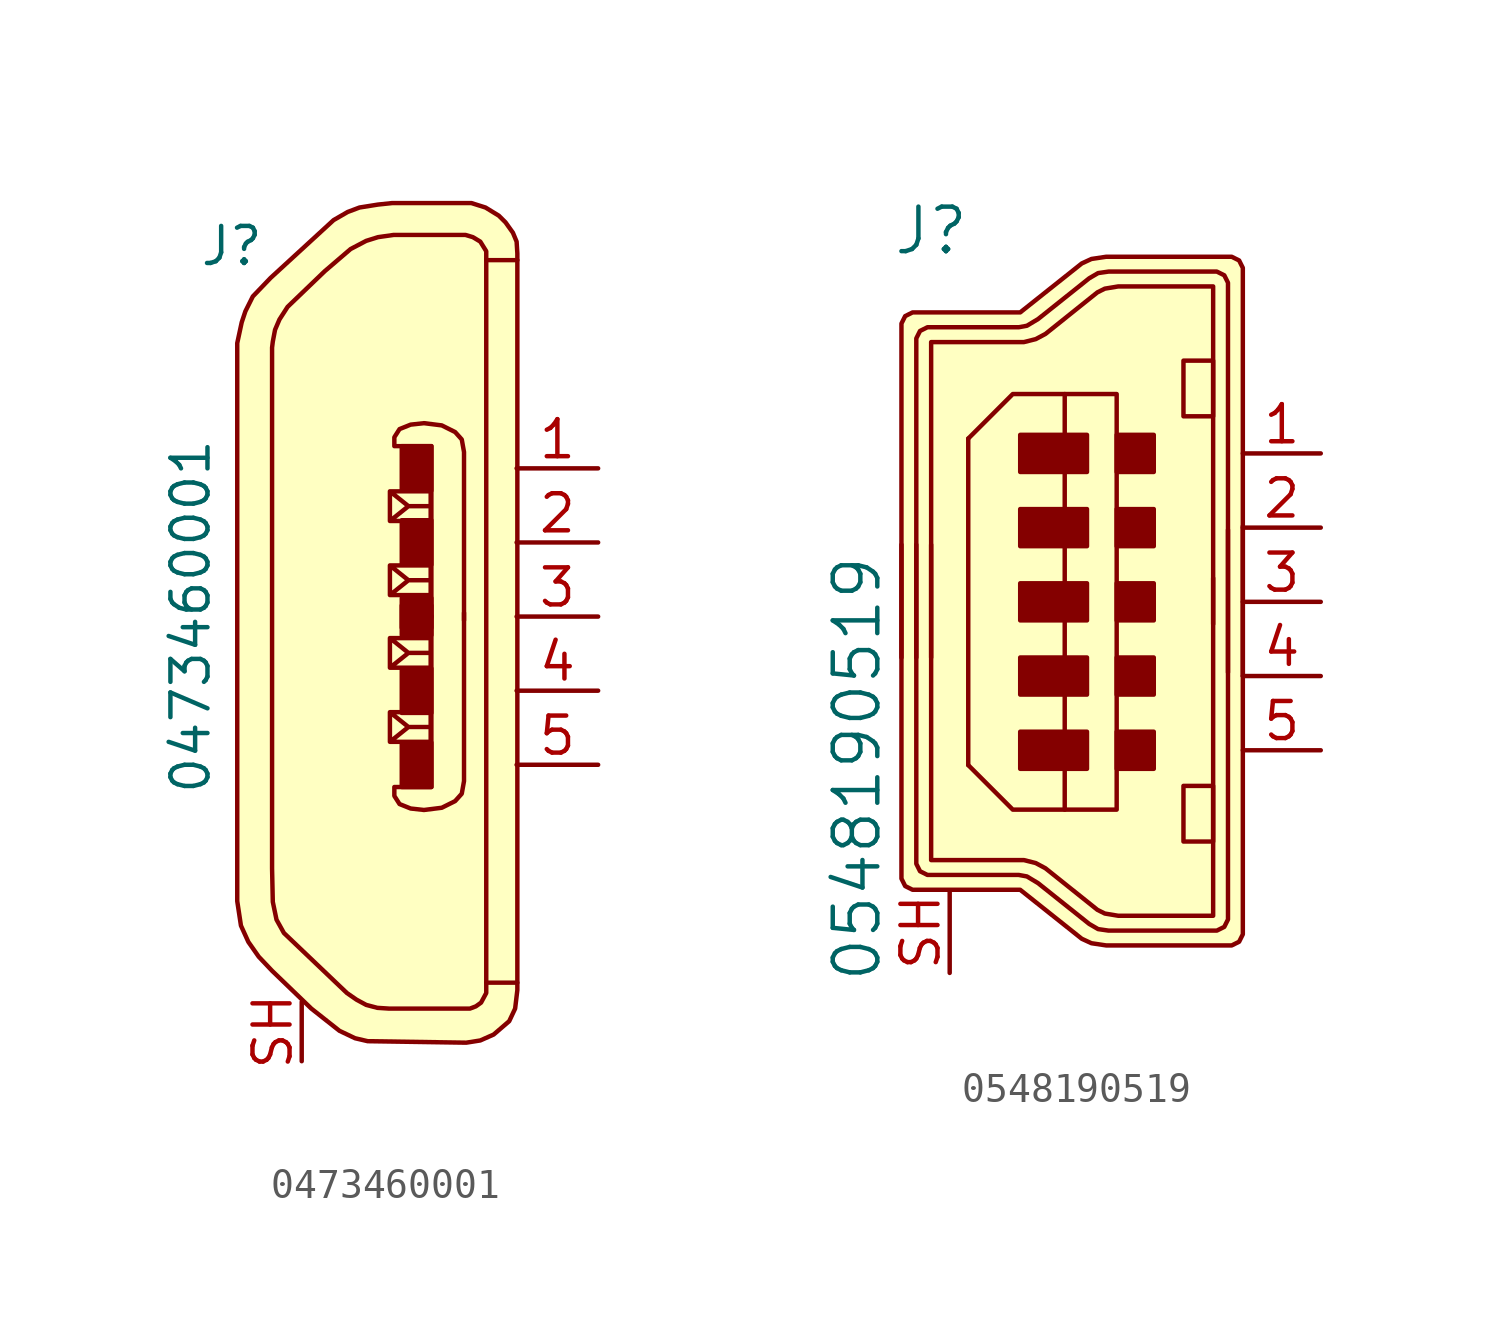
<source format=kicad_sym>
(kicad_symbol_lib
  (version 20231120)
  (generator "kicad_symbol_editor")
  (generator_version "8.0")
  (symbol "0473460001"
    (pin_names
      (offset 1.016))
    (property "Reference" "J"
      (at -3.81 12.7 0)
      (effects (font (size 1.27 1.27)) (justify right)))
    (property "Value" "0473460001"
      (at -6.35 0 90)
      (effects (font (size 1.27 1.27))))
    (symbol "0473460001_1_1"
      (polyline (pts (xy 3.785 12.243) (xy 3.785 -12.548)) (stroke (width 0) (type solid)) (fill (type none)))
      (polyline (pts (xy 0.483 -4.293) (xy 0.483 -3.277) (xy 1.88 -3.277) (xy 1.88 -4.293) (xy 0.483 -4.293) (xy 1.118 -3.785) (xy 0.483 -3.277) (xy 1.88 -3.277) (xy 1.88 -3.785) (xy 1.118 -3.785)) (stroke (width 0) (type solid)) (fill (type none)))
      (polyline (pts (xy 0.483 -1.753) (xy 0.483 -0.737) (xy 1.88 -0.737) (xy 1.88 -1.753) (xy 0.483 -1.753) (xy 1.118 -1.245) (xy 0.483 -0.737) (xy 1.88 -0.737) (xy 1.88 -1.245) (xy 1.118 -1.245)) (stroke (width 0) (type solid)) (fill (type none)))
      (polyline (pts (xy 0.483 1.753) (xy 0.483 0.737) (xy 1.88 0.737) (xy 1.88 1.753) (xy 0.483 1.753) (xy 1.118 1.245) (xy 0.483 0.737) (xy 1.88 0.737) (xy 1.88 1.245) (xy 1.118 1.245)) (stroke (width 0) (type solid)) (fill (type none)))
      (polyline (pts (xy 0.483 4.293) (xy 0.483 3.277) (xy 1.88 3.277) (xy 1.88 4.293) (xy 0.483 4.293) (xy 1.118 3.785) (xy 0.483 3.277) (xy 1.88 3.277) (xy 1.88 3.785) (xy 1.118 3.785)) (stroke (width 0) (type solid)) (fill (type none)))
      (polyline (pts (xy 1.905 -0.025) (xy 1.905 5.842) (xy 0.635 5.842) (xy 0.635 6.147) (xy 0.813 6.426) (xy 1.194 6.579) (xy 1.651 6.629) (xy 2.261 6.553) (xy 2.718 6.325) (xy 2.946 6.071) (xy 3.023 5.639) (xy 3.023 4.801) (xy 3.023 -0.127)) (stroke (width 0) (type solid)) (fill (type none)))
      (polyline (pts (xy 1.905 0.025) (xy 1.905 -5.842) (xy 0.635 -5.842) (xy 0.635 -6.147) (xy 0.813 -6.426) (xy 1.194 -6.579) (xy 1.651 -6.629) (xy 2.261 -6.553) (xy 2.718 -6.325) (xy 2.946 -6.071) (xy 3.023 -5.639) (xy 3.023 -4.801) (xy 3.023 0.127)) (stroke (width 0) (type solid)) (fill (type none)))
      (polyline (pts (xy 4.851 -12.548) (xy 3.835 -12.548) (xy 3.785 -12.548) (xy 3.785 -12.903) (xy 3.607 -13.233) (xy 3.429 -13.36) (xy 3.226 -13.437) (xy 0.457 -13.437) (xy 0.051 -13.411) (xy -0.33 -13.31) (xy -0.66 -13.132) (xy -0.991 -12.903) (xy -3.15 -10.846) (xy -3.404 -10.389) (xy -3.531 -9.779) (xy -3.556 -8.636) (xy -3.556 9.22) (xy -3.531 9.423) (xy -3.454 9.83) (xy -3.302 10.185) (xy -3.023 10.617) (xy -1.753 11.836) (xy -0.864 12.598) (xy -0.33 12.878) (xy 0.076 13.005) (xy 0.61 13.081) (xy 3.073 13.081) (xy 3.327 13.005) (xy 3.581 12.852) (xy 3.785 12.522) (xy 3.785 12.217) (xy 4.851 12.217)) (stroke (width 0) (type solid)) (fill (type none)))
      (polyline (pts (xy 4.851 -11.481) (xy 4.851 -12.802) (xy 4.775 -13.437) (xy 4.572 -13.868) (xy 4.039 -14.326) (xy 3.581 -14.529) (xy 3.099 -14.605) (xy -0.279 -14.554) (xy -0.711 -14.453) (xy -1.245 -14.199) (xy -2.21 -13.437) (xy -3.556 -12.141) (xy -4.013 -11.659) (xy -4.369 -11.151) (xy -4.623 -10.592) (xy -4.75 -9.754) (xy -4.75 9.373) (xy -4.597 10.084) (xy -4.47 10.465) (xy -4.216 10.973) (xy -3.607 11.608) (xy -1.448 13.589) (xy -0.965 13.868) (xy -0.559 14.021) (xy 0.076 14.122) (xy 0.559 14.173) (xy 3.277 14.173) (xy 3.759 14.021) (xy 4.216 13.741) (xy 4.445 13.513) (xy 4.699 13.157) (xy 4.826 12.852) (xy 4.851 12.446) (xy 4.851 -11.506)) (stroke (width 0) (type solid)) (fill (type background)))
      (rectangle (start 0.889 -4.318) (end 1.905 -5.842) (stroke (width 0) (type solid)) (fill (type outline)))
      (rectangle (start 0.889 -3.302) (end 1.905 -1.778) (stroke (width 0) (type solid)) (fill (type outline)))
      (rectangle (start 0.889 -0.635) (end 1.905 0.381) (stroke (width 0) (type solid)) (fill (type outline)))
      (rectangle (start 0.889 0.635) (end 1.905 -0.381) (stroke (width 0) (type solid)) (fill (type outline)))
      (rectangle (start 0.889 3.302) (end 1.905 1.778) (stroke (width 0) (type solid)) (fill (type outline)))
      (rectangle (start 0.889 4.318) (end 1.905 5.842) (stroke (width 0) (type solid)) (fill (type outline)))
      (pin passive line (at 7.62 5.08 180) (length 2.794) (name "~" (effects (font (size 1.27 1.27)))) (number "1" (effects (font (size 1.27 1.27)))))
      (pin passive line (at 7.62 2.54 180) (length 2.794) (name "~" (effects (font (size 1.27 1.27)))) (number "2" (effects (font (size 1.27 1.27)))))
      (pin passive line (at 7.62 0 180) (length 2.794) (name "~" (effects (font (size 1.27 1.27)))) (number "3" (effects (font (size 1.27 1.27)))))
      (pin passive line (at 7.62 -2.54 180) (length 2.794) (name "~" (effects (font (size 1.27 1.27)))) (number "4" (effects (font (size 1.27 1.27)))))
      (pin passive line (at 7.62 -5.08 180) (length 2.794) (name "~" (effects (font (size 1.27 1.27)))) (number "5" (effects (font (size 1.27 1.27)))))
      (pin passive line (at -2.54 -15.24 90) (length 2.032) (name "~" (effects (font (size 1.27 1.27)))) (number "SH" (effects (font (size 1.27 1.27)))))))
  (symbol "0548190519"
    (pin_names
      (offset 1.016))
    (property "Reference" "J"
      (at -5.715 12.7 0)
      (effects (font (size 1.524 1.524))))
    (property "Value" "0548190519"
      (at -8.255 -5.715 90)
      (effects (font (size 1.524 1.524))))
    (symbol "0548190519_0_1"
      (rectangle (start -0.381 -5.715) (end -2.667 -4.445) (stroke (width 0) (type solid)) (fill (type outline)))
      (rectangle (start -0.381 -3.175) (end -2.667 -1.905) (stroke (width 0) (type solid)) (fill (type outline)))
      (rectangle (start -0.381 -0.635) (end -2.667 0.635) (stroke (width 0) (type solid)) (fill (type outline)))
      (rectangle (start -0.381 1.905) (end -2.667 3.175) (stroke (width 0) (type solid)) (fill (type outline)))
      (rectangle (start -0.381 4.445) (end -2.667 5.715) (stroke (width 0) (type solid)) (fill (type outline)))
      (polyline (pts (xy -4.445 5.588) (xy -4.445 -5.588)) (stroke (width 0) (type solid)) (fill (type none)))
      (polyline (pts (xy -4.445 -5.588) (xy -2.921 -7.112) (xy -1.143 -7.112)) (stroke (width 0) (type solid)) (fill (type none)))
      (polyline (pts (xy -4.445 5.588) (xy -2.921 7.112) (xy -1.143 7.112)) (stroke (width 0) (type solid)) (fill (type none)))
      (polyline (pts (xy 3.937 -0.762) (xy 3.937 10.795) (xy 0.686 10.795) (xy 0.229 10.719) (xy -0.025 10.592) (xy -1.803 9.169) (xy -2.134 8.992) (xy -2.54 8.89) (xy -5.715 8.89) (xy -5.715 -1.905)) (stroke (width 0) (type solid)) (fill (type none)))
      (polyline (pts (xy 3.937 0.813) (xy 3.937 -10.744) (xy 0.686 -10.744) (xy 0.229 -10.668) (xy -0.025 -10.541) (xy -1.803 -9.119) (xy -2.134 -8.941) (xy -2.54 -8.839) (xy -5.715 -8.839) (xy -5.715 1.956)) (stroke (width 0) (type solid)) (fill (type none)))
      (polyline (pts (xy 4.953 -2.54) (xy 4.953 11.176) (xy 4.953 11.43) (xy 4.826 11.684) (xy 4.572 11.811) (xy 4.318 11.811) (xy 0.279 11.811) (xy -0.229 11.735) (xy -0.559 11.582) (xy -2.667 9.906) (xy -6.096 9.906) (xy -6.35 9.906) (xy -6.604 9.779) (xy -6.731 9.525) (xy -6.731 9.271) (xy -6.731 -1.905)) (stroke (width 0) (type solid)) (fill (type background)))
      (polyline (pts (xy 4.953 2.591) (xy 4.953 -11.125) (xy 4.953 -11.379) (xy 4.826 -11.633) (xy 4.572 -11.76) (xy 4.318 -11.76) (xy 0.279 -11.76) (xy -0.229 -11.684) (xy -0.559 -11.532) (xy -2.667 -9.855) (xy -6.096 -9.855) (xy -6.35 -9.855) (xy -6.604 -9.728) (xy -6.731 -9.474) (xy -6.731 -9.22) (xy -6.731 1.956)) (stroke (width 0) (type solid)) (fill (type background)))
      (polyline (pts (xy 4.445 -2.413) (xy 4.445 10.668) (xy 4.445 10.922) (xy 4.318 11.176) (xy 4.064 11.303) (xy 3.81 11.303) (xy 0.356 11.303) (xy 0 11.252) (xy -0.305 11.074) (xy -2.057 9.677) (xy -2.438 9.449) (xy -2.718 9.398) (xy -5.588 9.398) (xy -5.842 9.398) (xy -6.096 9.271) (xy -6.223 9.017) (xy -6.223 8.763) (xy -6.223 -1.905)) (stroke (width 0) (type solid)) (fill (type none)))
      (polyline (pts (xy 4.445 2.464) (xy 4.445 -10.617) (xy 4.445 -10.871) (xy 4.318 -11.125) (xy 4.064 -11.252) (xy 3.81 -11.252) (xy 0.356 -11.252) (xy 0 -11.201) (xy -0.305 -11.024) (xy -2.057 -9.627) (xy -2.438 -9.398) (xy -2.718 -9.347) (xy -5.588 -9.347) (xy -5.842 -9.347) (xy -6.096 -9.22) (xy -6.223 -8.966) (xy -6.223 -8.712) (xy -6.223 1.956)) (stroke (width 0) (type solid)) (fill (type none)))
      (rectangle (start 0.635 -7.112) (end -1.143 7.112) (stroke (width 0) (type solid)) (fill (type none)))
      (rectangle (start 1.905 -4.445) (end 0.635 -5.715) (stroke (width 0) (type solid)) (fill (type outline)))
      (rectangle (start 1.905 -1.905) (end 0.635 -3.175) (stroke (width 0) (type solid)) (fill (type outline)))
      (rectangle (start 1.905 0.635) (end 0.635 -0.635) (stroke (width 0) (type solid)) (fill (type outline)))
      (rectangle (start 1.905 3.175) (end 0.635 1.905) (stroke (width 0) (type solid)) (fill (type outline)))
      (rectangle (start 1.905 5.715) (end 0.635 4.445) (stroke (width 0) (type solid)) (fill (type outline)))
      (rectangle (start 2.921 -8.204) (end 3.937 -6.299) (stroke (width 0) (type solid)) (fill (type none)))
      (rectangle (start 2.921 8.255) (end 3.937 6.35) (stroke (width 0) (type solid)) (fill (type none))))
    (symbol "0548190519_1_1"
      (pin passive line (at 7.62 5.08 180) (length 2.667) (name "~" (effects (font (size 1.27 1.27)))) (number "1" (effects (font (size 1.27 1.27)))))
      (pin passive line (at 7.62 2.54 180) (length 2.667) (name "~" (effects (font (size 1.27 1.27)))) (number "2" (effects (font (size 1.27 1.27)))))
      (pin passive line (at 7.62 0 180) (length 2.667) (name "~" (effects (font (size 1.27 1.27)))) (number "3" (effects (font (size 1.27 1.27)))))
      (pin passive line (at 7.62 -2.54 180) (length 2.667) (name "~" (effects (font (size 1.27 1.27)))) (number "4" (effects (font (size 1.27 1.27)))))
      (pin passive line (at 7.62 -5.08 180) (length 2.667) (name "~" (effects (font (size 1.27 1.27)))) (number "5" (effects (font (size 1.27 1.27)))))
      (pin passive line (at -5.08 -12.7 90) (length 2.794) (name "~" (effects (font (size 1.27 1.27)))) (number "SH" (effects (font (size 1.27 1.27))))))))
</source>
